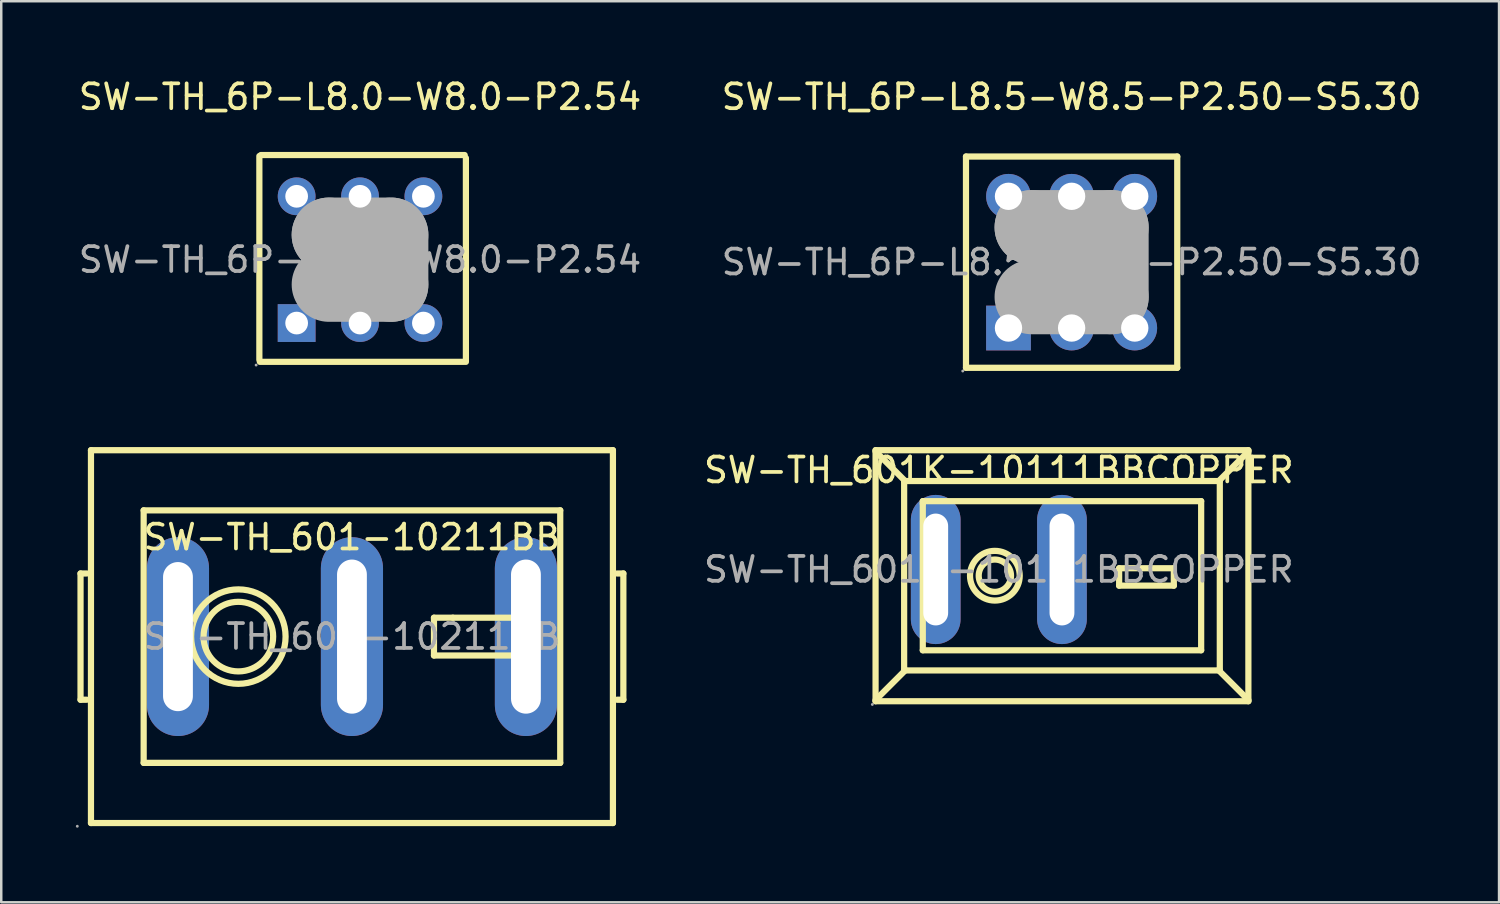
<source format=kicad_pcb>
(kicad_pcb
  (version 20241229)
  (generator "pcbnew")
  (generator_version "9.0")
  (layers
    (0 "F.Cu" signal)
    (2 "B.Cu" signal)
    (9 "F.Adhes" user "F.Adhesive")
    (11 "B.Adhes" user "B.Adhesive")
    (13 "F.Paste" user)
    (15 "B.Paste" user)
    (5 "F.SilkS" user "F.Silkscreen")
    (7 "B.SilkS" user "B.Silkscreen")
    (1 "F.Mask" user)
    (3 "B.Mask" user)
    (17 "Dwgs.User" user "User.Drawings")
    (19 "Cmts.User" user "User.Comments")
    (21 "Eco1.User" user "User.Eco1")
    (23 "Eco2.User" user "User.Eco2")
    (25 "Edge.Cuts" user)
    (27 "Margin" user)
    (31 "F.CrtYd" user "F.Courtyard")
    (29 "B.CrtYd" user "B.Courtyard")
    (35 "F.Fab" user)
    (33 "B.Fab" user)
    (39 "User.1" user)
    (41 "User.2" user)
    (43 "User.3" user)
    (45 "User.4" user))
  (footprint "SW-TH_6P-L8.5-W8.5-P2.50-S5.30"
    (layer "F.Cu")
    (at 40.065 7.498)
    (property "Reference" "SW-TH_6P-L8.5-W8.5-P2.50-S5.30" (at 0 -6.65 0) (layer "F.SilkS") (effects (font (size 1 1) (thickness 0.15))))
    (attr through_hole)
    (fp_line (start -4.25 -4.25) (end 4.25 -4.25) (stroke (width 0.25) (type solid)) (layer "F.SilkS"))
    (fp_line (start -4.25 4.25) (end -4.25 -4.25) (stroke (width 0.25) (type solid)) (layer "F.SilkS"))
    (fp_line (start 4.25 -4.25) (end 4.25 4.25) (stroke (width 0.25) (type solid)) (layer "F.SilkS"))
    (fp_line (start 4.25 4.25) (end -4.25 4.25) (stroke (width 0.25) (type solid)) (layer "F.SilkS"))
    (fp_line (start -1.6 -1.4) (end -1.6 -1.4) (stroke (width 3) (type solid)) (layer "F.Fab"))
    (fp_line (start -1.6 -1.4) (end 1.6 -1.4) (stroke (width 3) (type solid)) (layer "F.Fab"))
    (fp_line (start 1.6 -1.4) (end 1.6 1.4) (stroke (width 3) (type solid)) (layer "F.Fab"))
    (fp_line (start 1.6 1.4) (end -1.6 1.4) (stroke (width 3) (type solid)) (layer "F.Fab"))
    (fp_circle (center -4.38 4.38) (end -4.35 4.38) (stroke (width 0.06) (type solid)) (fill no) (layer "F.Fab"))
    (fp_circle (center -2.54 -2.65) (end -2.31 -2.65) (stroke (width 0.45) (type solid)) (fill no) (layer "F.Fab"))
    (fp_circle (center -2.54 2.65) (end -2.31 2.65) (stroke (width 0.45) (type solid)) (fill no) (layer "F.Fab"))
    (fp_circle (center 0 -2.65) (end 0.23 -2.65) (stroke (width 0.45) (type solid)) (fill no) (layer "F.Fab"))
    (fp_circle (center 0 2.65) (end 0.23 2.65) (stroke (width 0.45) (type solid)) (fill no) (layer "F.Fab"))
    (fp_circle (center 2.54 -2.65) (end 2.77 -2.65) (stroke (width 0.45) (type solid)) (fill no) (layer "F.Fab"))
    (fp_circle (center 2.54 2.65) (end 2.77 2.65) (stroke (width 0.45) (type solid)) (fill no) (layer "F.Fab"))
    (fp_text user "${REFERENCE}" (at 0 0 0) (layer "F.Fab") (effects (font (size 1 1) (thickness 0.15))))
    (pad "1" thru_hole rect (at -2.54 2.65) (size 1.8 1.8) (drill 1.1) (layers "*.Cu" "*.Paste" "*.Mask"))
    (pad "2" thru_hole circle (at 0 2.65) (size 1.8 1.8) (drill 1.1) (layers "*.Cu" "*.Paste" "*.Mask"))
    (pad "3" thru_hole circle (at 2.54 2.65) (size 1.8 1.8) (drill 1.1) (layers "*.Cu" "*.Paste" "*.Mask"))
    (pad "4" thru_hole circle (at 2.54 -2.65) (size 1.8 1.8) (drill 1.1) (layers "*.Cu" "*.Paste" "*.Mask"))
    (pad "5" thru_hole circle (at 0 -2.65) (size 1.8 1.8) (drill 1.1) (layers "*.Cu" "*.Paste" "*.Mask"))
    (pad "6" thru_hole circle (at -2.54 -2.65) (size 1.8 1.8) (drill 1.1) (layers "*.Cu" "*.Paste" "*.Mask")))
  (footprint "SW-TH_601-10211BB"
    (layer "F.Cu")
    (at 11.11 22.563)
    (property "Reference" "SW-TH_601-10211BB" (at 0 -4 0) (layer "F.SilkS") (effects (font (size 1 1) (thickness 0.15))))
    (attr through_hole)
    (fp_line (start -10.92 -2.54) (end -10.92 2.54) (stroke (width 0.25) (type solid)) (layer "F.SilkS"))
    (fp_line (start -10.92 2.54) (end -10.67 2.54) (stroke (width 0.25) (type solid)) (layer "F.SilkS"))
    (fp_line (start -10.67 -2.54) (end -10.92 -2.54) (stroke (width 0.25) (type solid)) (layer "F.SilkS"))
    (fp_line (start -10.5 -7.5) (end 10.5 -7.5) (stroke (width 0.25) (type solid)) (layer "F.SilkS"))
    (fp_line (start -10.5 7.5) (end -10.5 -7.5) (stroke (width 0.25) (type solid)) (layer "F.SilkS"))
    (fp_line (start -8.38 -5.08) (end 8.38 -5.08) (stroke (width 0.25) (type solid)) (layer "F.SilkS"))
    (fp_line (start -8.38 5.08) (end -8.38 -5.08) (stroke (width 0.25) (type solid)) (layer "F.SilkS"))
    (fp_line (start 3.3 -0.76) (end 3.3 0.76) (stroke (width 0.25) (type solid)) (layer "F.SilkS"))
    (fp_line (start 3.3 0.76) (end 7.11 0.76) (stroke (width 0.25) (type solid)) (layer "F.SilkS"))
    (fp_line (start 4.06 -0.76) (end 3.3 -0.76) (stroke (width 0.25) (type solid)) (layer "F.SilkS"))
    (fp_line (start 7.11 -0.76) (end 4.06 -0.76) (stroke (width 0.25) (type solid)) (layer "F.SilkS"))
    (fp_line (start 7.11 0.76) (end 7.11 -0.76) (stroke (width 0.25) (type solid)) (layer "F.SilkS"))
    (fp_line (start 8.38 -5.08) (end 8.38 5.08) (stroke (width 0.25) (type solid)) (layer "F.SilkS"))
    (fp_line (start 8.38 5.08) (end -8.38 5.08) (stroke (width 0.25) (type solid)) (layer "F.SilkS"))
    (fp_line (start 10.5 -7.5) (end 10.5 7.5) (stroke (width 0.25) (type solid)) (layer "F.SilkS"))
    (fp_line (start 10.5 7.5) (end -10.5 7.5) (stroke (width 0.25) (type solid)) (layer "F.SilkS"))
    (fp_line (start 10.67 -2.54) (end 10.92 -2.54) (stroke (width 0.25) (type solid)) (layer "F.SilkS"))
    (fp_line (start 10.92 -2.54) (end 10.92 2.54) (stroke (width 0.25) (type solid)) (layer "F.SilkS"))
    (fp_line (start 10.92 2.54) (end 10.67 2.54) (stroke (width 0.25) (type solid)) (layer "F.SilkS"))
    (fp_circle (center -4.57 0) (end -3.17 0) (stroke (width 0.25) (type solid)) (fill no) (layer "F.SilkS"))
    (fp_circle (center -4.57 0) (end -2.67 0) (stroke (width 0.25) (type solid)) (fill no) (layer "F.SilkS"))
    (fp_circle (center -11.05 7.63) (end -11.02 7.63) (stroke (width 0.06) (type solid)) (fill no) (layer "F.Fab"))
    (fp_text user "${REFERENCE}" (at 0 0 0) (layer "F.Fab") (effects (font (size 1 1) (thickness 0.15))))
    (pad "1" thru_hole oval (at -7 0 90) (size 8 2.5) (drill oval 6 1.2) (layers "*.Cu" "*.Paste" "*.Mask"))
    (pad "2" thru_hole oval (at 0 0 90) (size 8 2.5) (drill oval 6.2 1.2) (layers "*.Cu" "*.Paste" "*.Mask"))
    (pad "3" thru_hole oval (at 7 0 90) (size 8 2.5) (drill oval 6.2 1.2) (layers "*.Cu" "*.Paste" "*.Mask")))
  (footprint "SW-TH_601K-10111BBCOPPER"
    (layer "F.Cu")
    (at 37.137 19.863)
    (property "Reference" "SW-TH_601K-10111BBCOPPER" (at 0 -4 0) (layer "F.SilkS") (effects (font (size 1 1) (thickness 0.15))))
    (attr through_hole)
    (fp_line (start -4.96 -4.8) (end -4.96 5.3) (stroke (width 0.25) (type solid)) (layer "F.SilkS"))
    (fp_line (start -4.96 -4.8) (end 10.04 -4.8) (stroke (width 0.25) (type solid)) (layer "F.SilkS"))
    (fp_line (start -4.96 -4.75) (end -3.76 -3.55) (stroke (width 0.25) (type solid)) (layer "F.SilkS"))
    (fp_line (start -4.96 5.25) (end -3.76 4.05) (stroke (width 0.25) (type solid)) (layer "F.SilkS"))
    (fp_line (start -4.96 5.3) (end 10.04 5.3) (stroke (width 0.25) (type solid)) (layer "F.SilkS"))
    (fp_line (start -3.81 -3.56) (end 8.89 -3.56) (stroke (width 0.25) (type solid)) (layer "F.SilkS"))
    (fp_line (start -3.81 4.06) (end -3.81 -3.56) (stroke (width 0.25) (type solid)) (layer "F.SilkS"))
    (fp_line (start -3.06 -2.75) (end 8.14 -2.75) (stroke (width 0.25) (type solid)) (layer "F.SilkS"))
    (fp_line (start -3.06 -2.65) (end -3.06 -2.75) (stroke (width 0.25) (type solid)) (layer "F.SilkS"))
    (fp_line (start -3.06 3.25) (end -3.06 -2.65) (stroke (width 0.25) (type solid)) (layer "F.SilkS"))
    (fp_line (start 4.84 -0.05) (end 4.84 0.65) (stroke (width 0.25) (type solid)) (layer "F.SilkS"))
    (fp_line (start 4.84 0.65) (end 7.04 0.65) (stroke (width 0.25) (type solid)) (layer "F.SilkS"))
    (fp_line (start 7.04 -0.05) (end 4.84 -0.05) (stroke (width 0.25) (type solid)) (layer "F.SilkS"))
    (fp_line (start 7.04 0.65) (end 7.04 -0.05) (stroke (width 0.25) (type solid)) (layer "F.SilkS"))
    (fp_line (start 8.14 -2.75) (end 8.14 3.25) (stroke (width 0.25) (type solid)) (layer "F.SilkS"))
    (fp_line (start 8.14 3.25) (end -3.06 3.25) (stroke (width 0.25) (type solid)) (layer "F.SilkS"))
    (fp_line (start 8.84 -3.55) (end 10.04 -4.75) (stroke (width 0.25) (type solid)) (layer "F.SilkS"))
    (fp_line (start 8.84 4.05) (end 10.04 5.25) (stroke (width 0.25) (type solid)) (layer "F.SilkS"))
    (fp_line (start 8.89 -3.56) (end 8.89 4.06) (stroke (width 0.25) (type solid)) (layer "F.SilkS"))
    (fp_line (start 8.89 4.06) (end -3.81 4.06) (stroke (width 0.25) (type solid)) (layer "F.SilkS"))
    (fp_line (start 10.04 -4.8) (end 10.04 5.3) (stroke (width 0.25) (type solid)) (layer "F.SilkS"))
    (fp_circle (center -0.16 0.25) (end 0.49 0.25) (stroke (width 0.25) (type solid)) (fill no) (layer "F.SilkS"))
    (fp_circle (center -0.16 0.25) (end 0.84 0.25) (stroke (width 0.25) (type solid)) (fill no) (layer "F.SilkS"))
    (fp_circle (center -5.09 5.43) (end -5.06 5.43) (stroke (width 0.06) (type solid)) (fill no) (layer "F.Fab"))
    (fp_text user "${REFERENCE}" (at 0 0 0) (layer "F.Fab") (effects (font (size 1 1) (thickness 0.15))))
    (pad "1" thru_hole oval (at -2.54 0 90) (size 6 2) (drill oval 4.5 1) (layers "*.Cu" "*.Paste" "*.Mask"))
    (pad "2" thru_hole oval (at 2.54 0 90) (size 6 2) (drill oval 4.5 1) (layers "*.Cu" "*.Paste" "*.Mask")))
  (footprint "SW-TH_6P-L8.0-W8.0-P2.54"
    (layer "F.Cu")
    (at 11.435 7.398)
    (property "Reference" "SW-TH_6P-L8.0-W8.0-P2.54" (at 0 -6.55 0) (layer "F.SilkS") (effects (font (size 1 1) (thickness 0.15))))
    (attr through_hole)
    (fp_line (start -4.05 4.03) (end -4.05 -4.17) (stroke (width 0.25) (type solid)) (layer "F.SilkS"))
    (fp_line (start -3.99 -4.21) (end 4.21 -4.21) (stroke (width 0.25) (type solid)) (layer "F.SilkS"))
    (fp_line (start 4.17 4.11) (end -4.03 4.11) (stroke (width 0.25) (type solid)) (layer "F.SilkS"))
    (fp_line (start 4.26 4.11) (end 4.26 -4.09) (stroke (width 0.25) (type solid)) (layer "F.SilkS"))
    (fp_line (start -1.25 -1) (end -1.25 -1) (stroke (width 3) (type solid)) (layer "F.Fab"))
    (fp_line (start -1.25 -1) (end 1.25 -1) (stroke (width 3) (type solid)) (layer "F.Fab"))
    (fp_line (start 1.25 -1) (end 1.25 1) (stroke (width 3) (type solid)) (layer "F.Fab"))
    (fp_line (start 1.25 1) (end -1.25 1) (stroke (width 3) (type solid)) (layer "F.Fab"))
    (fp_circle (center -4.18 4.24) (end -4.15 4.24) (stroke (width 0.06) (type solid)) (fill no) (layer "F.Fab"))
    (fp_circle (center -2.55 -2.55) (end -2.37 -2.55) (stroke (width 0.36) (type solid)) (fill no) (layer "F.Fab"))
    (fp_circle (center -2.55 2.55) (end -2.37 2.55) (stroke (width 0.36) (type solid)) (fill no) (layer "F.Fab"))
    (fp_circle (center 0 -2.55) (end 0.18 -2.55) (stroke (width 0.36) (type solid)) (fill no) (layer "F.Fab"))
    (fp_circle (center 0 2.55) (end 0.18 2.55) (stroke (width 0.36) (type solid)) (fill no) (layer "F.Fab"))
    (fp_circle (center 2.55 -2.55) (end 2.73 -2.55) (stroke (width 0.36) (type solid)) (fill no) (layer "F.Fab"))
    (fp_circle (center 2.55 2.55) (end 2.73 2.55) (stroke (width 0.36) (type solid)) (fill no) (layer "F.Fab"))
    (fp_text user "${REFERENCE}" (at 0 0 0) (layer "F.Fab") (effects (font (size 1 1) (thickness 0.15))))
    (pad "1" thru_hole rect (at -2.55 2.55) (size 1.52 1.52) (drill 0.914) (layers "*.Cu" "*.Paste" "*.Mask"))
    (pad "2" thru_hole circle (at 0 2.55) (size 1.52 1.52) (drill 0.914) (layers "*.Cu" "*.Paste" "*.Mask"))
    (pad "3" thru_hole circle (at 2.55 2.55) (size 1.52 1.52) (drill 0.914) (layers "*.Cu" "*.Paste" "*.Mask"))
    (pad "4" thru_hole circle (at -2.55 -2.55) (size 1.52 1.52) (drill 0.914) (layers "*.Cu" "*.Paste" "*.Mask"))
    (pad "5" thru_hole circle (at 0 -2.55) (size 1.52 1.52) (drill 0.914) (layers "*.Cu" "*.Paste" "*.Mask"))
    (pad "6" thru_hole circle (at 2.55 -2.55) (size 1.52 1.52) (drill 0.914) (layers "*.Cu" "*.Paste" "*.Mask")))
  (gr_rect
    (start -3 -3)
    (end 57.262 33.253)
    (stroke (width 0.1) (type default))
    (fill no)
    (layer "Edge.Cuts")))
</source>
